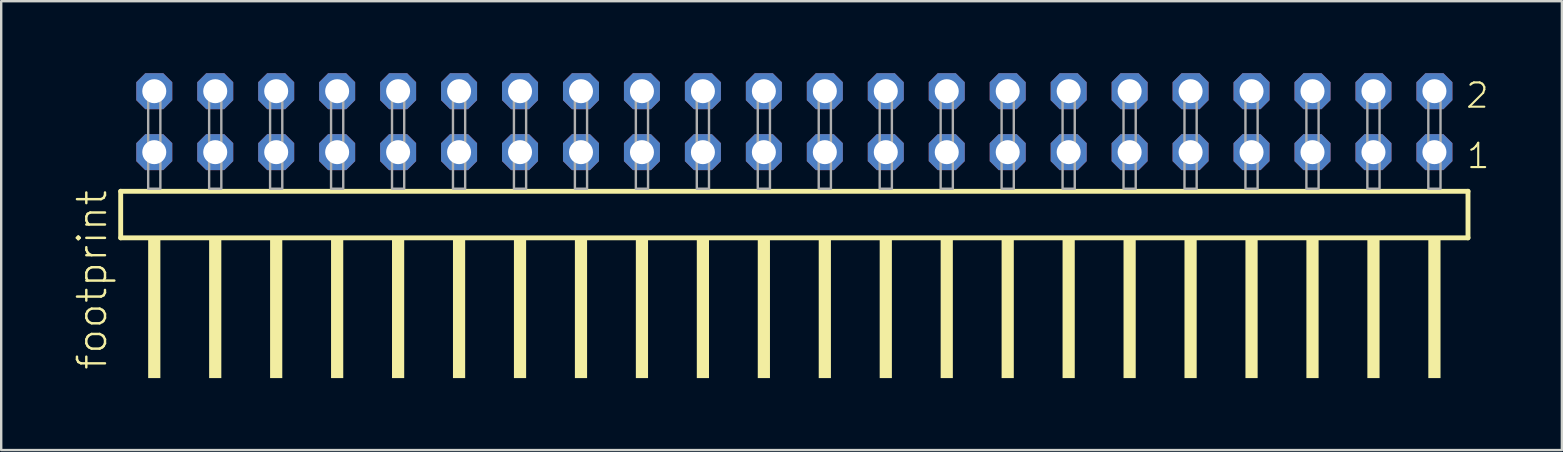
<source format=kicad_pcb>
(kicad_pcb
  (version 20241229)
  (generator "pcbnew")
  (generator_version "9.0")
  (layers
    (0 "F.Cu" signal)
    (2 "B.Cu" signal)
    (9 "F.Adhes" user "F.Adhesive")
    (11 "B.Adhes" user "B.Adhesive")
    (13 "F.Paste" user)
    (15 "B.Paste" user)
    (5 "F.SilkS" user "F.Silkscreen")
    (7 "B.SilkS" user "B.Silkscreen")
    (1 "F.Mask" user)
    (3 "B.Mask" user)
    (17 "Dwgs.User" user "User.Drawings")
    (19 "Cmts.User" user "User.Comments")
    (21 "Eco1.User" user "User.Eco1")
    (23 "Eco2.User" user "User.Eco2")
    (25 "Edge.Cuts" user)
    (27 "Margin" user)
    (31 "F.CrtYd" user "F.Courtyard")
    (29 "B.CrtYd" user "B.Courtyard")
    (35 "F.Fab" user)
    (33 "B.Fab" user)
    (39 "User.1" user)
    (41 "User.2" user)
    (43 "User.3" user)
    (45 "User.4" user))
  (footprint "footprint"
    (layer "F.Cu")
    (at 30.048 4.814)
    (property "Reference" "footprint" (at -28.575 7.62 90) (layer "F.SilkS") (effects (font (size 1.168 1.168) (thickness 0.102)) (justify left bottom)))
    (fp_line (start -28.069 0.106) (end -28.069 2.046) (stroke (width 0.203) (type solid)) (layer "F.SilkS"))
    (fp_line (start -28.069 2.046) (end 28.069 2.046) (stroke (width 0.203) (type solid)) (layer "F.SilkS"))
    (fp_line (start 28.069 0.106) (end -28.069 0.106) (stroke (width 0.203) (type solid)) (layer "F.SilkS"))
    (fp_line (start 28.069 2.046) (end 28.069 0.106) (stroke (width 0.203) (type solid)) (layer "F.SilkS"))
    (fp_poly (pts (xy -26.924 7.89) (xy -26.416 7.89) (xy -26.416 2.04) (xy -26.924 2.04)) (stroke (width 0) (type solid)) (fill yes) (layer "F.SilkS"))
    (fp_poly (pts (xy -24.384 7.89) (xy -23.876 7.89) (xy -23.876 2.04) (xy -24.384 2.04)) (stroke (width 0) (type solid)) (fill yes) (layer "F.SilkS"))
    (fp_poly (pts (xy -21.844 7.89) (xy -21.336 7.89) (xy -21.336 2.04) (xy -21.844 2.04)) (stroke (width 0) (type solid)) (fill yes) (layer "F.SilkS"))
    (fp_poly (pts (xy -19.304 7.89) (xy -18.796 7.89) (xy -18.796 2.04) (xy -19.304 2.04)) (stroke (width 0) (type solid)) (fill yes) (layer "F.SilkS"))
    (fp_poly (pts (xy -16.764 7.89) (xy -16.256 7.89) (xy -16.256 2.04) (xy -16.764 2.04)) (stroke (width 0) (type solid)) (fill yes) (layer "F.SilkS"))
    (fp_poly (pts (xy -14.224 7.89) (xy -13.716 7.89) (xy -13.716 2.04) (xy -14.224 2.04)) (stroke (width 0) (type solid)) (fill yes) (layer "F.SilkS"))
    (fp_poly (pts (xy -11.684 7.89) (xy -11.176 7.89) (xy -11.176 2.04) (xy -11.684 2.04)) (stroke (width 0) (type solid)) (fill yes) (layer "F.SilkS"))
    (fp_poly (pts (xy -9.144 7.89) (xy -8.636 7.89) (xy -8.636 2.04) (xy -9.144 2.04)) (stroke (width 0) (type solid)) (fill yes) (layer "F.SilkS"))
    (fp_poly (pts (xy -6.604 7.89) (xy -6.096 7.89) (xy -6.096 2.04) (xy -6.604 2.04)) (stroke (width 0) (type solid)) (fill yes) (layer "F.SilkS"))
    (fp_poly (pts (xy -4.064 7.89) (xy -3.556 7.89) (xy -3.556 2.04) (xy -4.064 2.04)) (stroke (width 0) (type solid)) (fill yes) (layer "F.SilkS"))
    (fp_poly (pts (xy -1.524 7.89) (xy -1.016 7.89) (xy -1.016 2.04) (xy -1.524 2.04)) (stroke (width 0) (type solid)) (fill yes) (layer "F.SilkS"))
    (fp_poly (pts (xy 1.016 7.89) (xy 1.524 7.89) (xy 1.524 2.04) (xy 1.016 2.04)) (stroke (width 0) (type solid)) (fill yes) (layer "F.SilkS"))
    (fp_poly (pts (xy 3.556 7.89) (xy 4.064 7.89) (xy 4.064 2.04) (xy 3.556 2.04)) (stroke (width 0) (type solid)) (fill yes) (layer "F.SilkS"))
    (fp_poly (pts (xy 6.096 7.89) (xy 6.604 7.89) (xy 6.604 2.04) (xy 6.096 2.04)) (stroke (width 0) (type solid)) (fill yes) (layer "F.SilkS"))
    (fp_poly (pts (xy 8.636 7.89) (xy 9.144 7.89) (xy 9.144 2.04) (xy 8.636 2.04)) (stroke (width 0) (type solid)) (fill yes) (layer "F.SilkS"))
    (fp_poly (pts (xy 11.176 7.89) (xy 11.684 7.89) (xy 11.684 2.04) (xy 11.176 2.04)) (stroke (width 0) (type solid)) (fill yes) (layer "F.SilkS"))
    (fp_poly (pts (xy 13.716 7.89) (xy 14.224 7.89) (xy 14.224 2.04) (xy 13.716 2.04)) (stroke (width 0) (type solid)) (fill yes) (layer "F.SilkS"))
    (fp_poly (pts (xy 16.256 7.89) (xy 16.764 7.89) (xy 16.764 2.04) (xy 16.256 2.04)) (stroke (width 0) (type solid)) (fill yes) (layer "F.SilkS"))
    (fp_poly (pts (xy 18.796 7.89) (xy 19.304 7.89) (xy 19.304 2.04) (xy 18.796 2.04)) (stroke (width 0) (type solid)) (fill yes) (layer "F.SilkS"))
    (fp_poly (pts (xy 21.336 7.89) (xy 21.844 7.89) (xy 21.844 2.04) (xy 21.336 2.04)) (stroke (width 0) (type solid)) (fill yes) (layer "F.SilkS"))
    (fp_poly (pts (xy 23.876 7.89) (xy 24.384 7.89) (xy 24.384 2.04) (xy 23.876 2.04)) (stroke (width 0) (type solid)) (fill yes) (layer "F.SilkS"))
    (fp_poly (pts (xy 26.416 7.89) (xy 26.924 7.89) (xy 26.924 2.04) (xy 26.416 2.04)) (stroke (width 0) (type solid)) (fill yes) (layer "F.SilkS"))
    (fp_poly (pts (xy -26.924 0) (xy -26.416 0) (xy -26.416 -4.318) (xy -26.924 -4.318)) (stroke (width 0.1) (type solid)) (fill no) (layer "F.Fab"))
    (fp_poly (pts (xy -24.384 0) (xy -23.876 0) (xy -23.876 -4.318) (xy -24.384 -4.318)) (stroke (width 0.1) (type solid)) (fill no) (layer "F.Fab"))
    (fp_poly (pts (xy -21.844 0) (xy -21.336 0) (xy -21.336 -4.318) (xy -21.844 -4.318)) (stroke (width 0.1) (type solid)) (fill no) (layer "F.Fab"))
    (fp_poly (pts (xy -19.304 0) (xy -18.796 0) (xy -18.796 -4.318) (xy -19.304 -4.318)) (stroke (width 0.1) (type solid)) (fill no) (layer "F.Fab"))
    (fp_poly (pts (xy -16.764 0) (xy -16.256 0) (xy -16.256 -4.318) (xy -16.764 -4.318)) (stroke (width 0.1) (type solid)) (fill no) (layer "F.Fab"))
    (fp_poly (pts (xy -14.224 0) (xy -13.716 0) (xy -13.716 -4.318) (xy -14.224 -4.318)) (stroke (width 0.1) (type solid)) (fill no) (layer "F.Fab"))
    (fp_poly (pts (xy -11.684 0) (xy -11.176 0) (xy -11.176 -4.318) (xy -11.684 -4.318)) (stroke (width 0.1) (type solid)) (fill no) (layer "F.Fab"))
    (fp_poly (pts (xy -9.144 0) (xy -8.636 0) (xy -8.636 -4.318) (xy -9.144 -4.318)) (stroke (width 0.1) (type solid)) (fill no) (layer "F.Fab"))
    (fp_poly (pts (xy -6.604 0) (xy -6.096 0) (xy -6.096 -4.318) (xy -6.604 -4.318)) (stroke (width 0.1) (type solid)) (fill no) (layer "F.Fab"))
    (fp_poly (pts (xy -4.064 0) (xy -3.556 0) (xy -3.556 -4.318) (xy -4.064 -4.318)) (stroke (width 0.1) (type solid)) (fill no) (layer "F.Fab"))
    (fp_poly (pts (xy -1.524 0) (xy -1.016 0) (xy -1.016 -4.318) (xy -1.524 -4.318)) (stroke (width 0.1) (type solid)) (fill no) (layer "F.Fab"))
    (fp_poly (pts (xy 1.016 0) (xy 1.524 0) (xy 1.524 -4.318) (xy 1.016 -4.318)) (stroke (width 0.1) (type solid)) (fill no) (layer "F.Fab"))
    (fp_poly (pts (xy 3.556 0) (xy 4.064 0) (xy 4.064 -4.318) (xy 3.556 -4.318)) (stroke (width 0.1) (type solid)) (fill no) (layer "F.Fab"))
    (fp_poly (pts (xy 6.096 0) (xy 6.604 0) (xy 6.604 -4.318) (xy 6.096 -4.318)) (stroke (width 0.1) (type solid)) (fill no) (layer "F.Fab"))
    (fp_poly (pts (xy 8.636 0) (xy 9.144 0) (xy 9.144 -4.318) (xy 8.636 -4.318)) (stroke (width 0.1) (type solid)) (fill no) (layer "F.Fab"))
    (fp_poly (pts (xy 11.176 0) (xy 11.684 0) (xy 11.684 -4.318) (xy 11.176 -4.318)) (stroke (width 0.1) (type solid)) (fill no) (layer "F.Fab"))
    (fp_poly (pts (xy 13.716 0) (xy 14.224 0) (xy 14.224 -4.318) (xy 13.716 -4.318)) (stroke (width 0.1) (type solid)) (fill no) (layer "F.Fab"))
    (fp_poly (pts (xy 16.256 0) (xy 16.764 0) (xy 16.764 -4.318) (xy 16.256 -4.318)) (stroke (width 0.1) (type solid)) (fill no) (layer "F.Fab"))
    (fp_poly (pts (xy 18.796 0) (xy 19.304 0) (xy 19.304 -4.318) (xy 18.796 -4.318)) (stroke (width 0.1) (type solid)) (fill no) (layer "F.Fab"))
    (fp_poly (pts (xy 21.336 0) (xy 21.844 0) (xy 21.844 -4.318) (xy 21.336 -4.318)) (stroke (width 0.1) (type solid)) (fill no) (layer "F.Fab"))
    (fp_poly (pts (xy 23.876 0) (xy 24.384 0) (xy 24.384 -4.318) (xy 23.876 -4.318)) (stroke (width 0.1) (type solid)) (fill no) (layer "F.Fab"))
    (fp_poly (pts (xy 26.416 0) (xy 26.924 0) (xy 26.924 -4.318) (xy 26.416 -4.318)) (stroke (width 0.1) (type solid)) (fill no) (layer "F.Fab"))
    (fp_text user "1" (at 27.955 -0.775 0) (layer "F.SilkS") (effects (font (size 1.012 1.012) (thickness 0.088)) (justify left bottom)))
    (fp_text user "2" (at 27.92 -3.29 0) (layer "F.SilkS") (effects (font (size 1.012 1.012) (thickness 0.088)) (justify left bottom)))
    (pad "1" thru_hole roundrect (at 26.67 -1.524 180) (size 1.5 1.5) (drill 1) (layers "*.Cu" "*.Mask") (roundrect_rratio 0.25) (chamfer_ratio 0.25) (chamfer top_left top_right bottom_left bottom_right))
    (pad "2" thru_hole roundrect (at 26.67 -4.064 180) (size 1.5 1.5) (drill 1) (layers "*.Cu" "*.Mask") (roundrect_rratio 0.25) (chamfer_ratio 0.25) (chamfer top_left top_right bottom_left bottom_right))
    (pad "3" thru_hole roundrect (at 24.13 -1.524 180) (size 1.5 1.5) (drill 1) (layers "*.Cu" "*.Mask") (roundrect_rratio 0.25) (chamfer_ratio 0.25) (chamfer top_left top_right bottom_left bottom_right))
    (pad "4" thru_hole roundrect (at 24.13 -4.064 180) (size 1.5 1.5) (drill 1) (layers "*.Cu" "*.Mask") (roundrect_rratio 0.25) (chamfer_ratio 0.25) (chamfer top_left top_right bottom_left bottom_right))
    (pad "5" thru_hole roundrect (at 21.59 -1.524 180) (size 1.5 1.5) (drill 1) (layers "*.Cu" "*.Mask") (roundrect_rratio 0.25) (chamfer_ratio 0.25) (chamfer top_left top_right bottom_left bottom_right))
    (pad "6" thru_hole roundrect (at 21.59 -4.064 180) (size 1.5 1.5) (drill 1) (layers "*.Cu" "*.Mask") (roundrect_rratio 0.25) (chamfer_ratio 0.25) (chamfer top_left top_right bottom_left bottom_right))
    (pad "7" thru_hole roundrect (at 19.05 -1.524 180) (size 1.5 1.5) (drill 1) (layers "*.Cu" "*.Mask") (roundrect_rratio 0.25) (chamfer_ratio 0.25) (chamfer top_left top_right bottom_left bottom_right))
    (pad "8" thru_hole roundrect (at 19.05 -4.064 180) (size 1.5 1.5) (drill 1) (layers "*.Cu" "*.Mask") (roundrect_rratio 0.25) (chamfer_ratio 0.25) (chamfer top_left top_right bottom_left bottom_right))
    (pad "9" thru_hole roundrect (at 16.51 -1.524 180) (size 1.5 1.5) (drill 1) (layers "*.Cu" "*.Mask") (roundrect_rratio 0.25) (chamfer_ratio 0.25) (chamfer top_left top_right bottom_left bottom_right))
    (pad "10" thru_hole roundrect (at 16.51 -4.064 180) (size 1.5 1.5) (drill 1) (layers "*.Cu" "*.Mask") (roundrect_rratio 0.25) (chamfer_ratio 0.25) (chamfer top_left top_right bottom_left bottom_right))
    (pad "11" thru_hole roundrect (at 13.97 -1.524 180) (size 1.5 1.5) (drill 1) (layers "*.Cu" "*.Mask") (roundrect_rratio 0.25) (chamfer_ratio 0.25) (chamfer top_left top_right bottom_left bottom_right))
    (pad "12" thru_hole roundrect (at 13.97 -4.064 180) (size 1.5 1.5) (drill 1) (layers "*.Cu" "*.Mask") (roundrect_rratio 0.25) (chamfer_ratio 0.25) (chamfer top_left top_right bottom_left bottom_right))
    (pad "13" thru_hole roundrect (at 11.43 -1.524 180) (size 1.5 1.5) (drill 1) (layers "*.Cu" "*.Mask") (roundrect_rratio 0.25) (chamfer_ratio 0.25) (chamfer top_left top_right bottom_left bottom_right))
    (pad "14" thru_hole roundrect (at 11.43 -4.064 180) (size 1.5 1.5) (drill 1) (layers "*.Cu" "*.Mask") (roundrect_rratio 0.25) (chamfer_ratio 0.25) (chamfer top_left top_right bottom_left bottom_right))
    (pad "15" thru_hole roundrect (at 8.89 -1.524 180) (size 1.5 1.5) (drill 1) (layers "*.Cu" "*.Mask") (roundrect_rratio 0.25) (chamfer_ratio 0.25) (chamfer top_left top_right bottom_left bottom_right))
    (pad "16" thru_hole roundrect (at 8.89 -4.064 180) (size 1.5 1.5) (drill 1) (layers "*.Cu" "*.Mask") (roundrect_rratio 0.25) (chamfer_ratio 0.25) (chamfer top_left top_right bottom_left bottom_right))
    (pad "17" thru_hole roundrect (at 6.35 -1.524 180) (size 1.5 1.5) (drill 1) (layers "*.Cu" "*.Mask") (roundrect_rratio 0.25) (chamfer_ratio 0.25) (chamfer top_left top_right bottom_left bottom_right))
    (pad "18" thru_hole roundrect (at 6.35 -4.064 180) (size 1.5 1.5) (drill 1) (layers "*.Cu" "*.Mask") (roundrect_rratio 0.25) (chamfer_ratio 0.25) (chamfer top_left top_right bottom_left bottom_right))
    (pad "19" thru_hole roundrect (at 3.81 -1.524 180) (size 1.5 1.5) (drill 1) (layers "*.Cu" "*.Mask") (roundrect_rratio 0.25) (chamfer_ratio 0.25) (chamfer top_left top_right bottom_left bottom_right))
    (pad "20" thru_hole roundrect (at 3.81 -4.064 180) (size 1.5 1.5) (drill 1) (layers "*.Cu" "*.Mask") (roundrect_rratio 0.25) (chamfer_ratio 0.25) (chamfer top_left top_right bottom_left bottom_right))
    (pad "21" thru_hole roundrect (at 1.27 -1.524 180) (size 1.5 1.5) (drill 1) (layers "*.Cu" "*.Mask") (roundrect_rratio 0.25) (chamfer_ratio 0.25) (chamfer top_left top_right bottom_left bottom_right))
    (pad "22" thru_hole roundrect (at 1.27 -4.064 180) (size 1.5 1.5) (drill 1) (layers "*.Cu" "*.Mask") (roundrect_rratio 0.25) (chamfer_ratio 0.25) (chamfer top_left top_right bottom_left bottom_right))
    (pad "23" thru_hole roundrect (at -1.27 -1.524 180) (size 1.5 1.5) (drill 1) (layers "*.Cu" "*.Mask") (roundrect_rratio 0.25) (chamfer_ratio 0.25) (chamfer top_left top_right bottom_left bottom_right))
    (pad "24" thru_hole roundrect (at -1.27 -4.064 180) (size 1.5 1.5) (drill 1) (layers "*.Cu" "*.Mask") (roundrect_rratio 0.25) (chamfer_ratio 0.25) (chamfer top_left top_right bottom_left bottom_right))
    (pad "25" thru_hole roundrect (at -3.81 -1.524 180) (size 1.5 1.5) (drill 1) (layers "*.Cu" "*.Mask") (roundrect_rratio 0.25) (chamfer_ratio 0.25) (chamfer top_left top_right bottom_left bottom_right))
    (pad "26" thru_hole roundrect (at -3.81 -4.064 180) (size 1.5 1.5) (drill 1) (layers "*.Cu" "*.Mask") (roundrect_rratio 0.25) (chamfer_ratio 0.25) (chamfer top_left top_right bottom_left bottom_right))
    (pad "27" thru_hole roundrect (at -6.35 -1.524 180) (size 1.5 1.5) (drill 1) (layers "*.Cu" "*.Mask") (roundrect_rratio 0.25) (chamfer_ratio 0.25) (chamfer top_left top_right bottom_left bottom_right))
    (pad "28" thru_hole roundrect (at -6.35 -4.064 180) (size 1.5 1.5) (drill 1) (layers "*.Cu" "*.Mask") (roundrect_rratio 0.25) (chamfer_ratio 0.25) (chamfer top_left top_right bottom_left bottom_right))
    (pad "29" thru_hole roundrect (at -8.89 -1.524 180) (size 1.5 1.5) (drill 1) (layers "*.Cu" "*.Mask") (roundrect_rratio 0.25) (chamfer_ratio 0.25) (chamfer top_left top_right bottom_left bottom_right))
    (pad "30" thru_hole roundrect (at -8.89 -4.064 180) (size 1.5 1.5) (drill 1) (layers "*.Cu" "*.Mask") (roundrect_rratio 0.25) (chamfer_ratio 0.25) (chamfer top_left top_right bottom_left bottom_right))
    (pad "31" thru_hole roundrect (at -11.43 -1.524 180) (size 1.5 1.5) (drill 1) (layers "*.Cu" "*.Mask") (roundrect_rratio 0.25) (chamfer_ratio 0.25) (chamfer top_left top_right bottom_left bottom_right))
    (pad "32" thru_hole roundrect (at -11.43 -4.064 180) (size 1.5 1.5) (drill 1) (layers "*.Cu" "*.Mask") (roundrect_rratio 0.25) (chamfer_ratio 0.25) (chamfer top_left top_right bottom_left bottom_right))
    (pad "33" thru_hole roundrect (at -13.97 -1.524 180) (size 1.5 1.5) (drill 1) (layers "*.Cu" "*.Mask") (roundrect_rratio 0.25) (chamfer_ratio 0.25) (chamfer top_left top_right bottom_left bottom_right))
    (pad "34" thru_hole roundrect (at -13.97 -4.064 180) (size 1.5 1.5) (drill 1) (layers "*.Cu" "*.Mask") (roundrect_rratio 0.25) (chamfer_ratio 0.25) (chamfer top_left top_right bottom_left bottom_right))
    (pad "35" thru_hole roundrect (at -16.51 -1.524 180) (size 1.5 1.5) (drill 1) (layers "*.Cu" "*.Mask") (roundrect_rratio 0.25) (chamfer_ratio 0.25) (chamfer top_left top_right bottom_left bottom_right))
    (pad "36" thru_hole roundrect (at -16.51 -4.064 180) (size 1.5 1.5) (drill 1) (layers "*.Cu" "*.Mask") (roundrect_rratio 0.25) (chamfer_ratio 0.25) (chamfer top_left top_right bottom_left bottom_right))
    (pad "37" thru_hole roundrect (at -19.05 -1.524 180) (size 1.5 1.5) (drill 1) (layers "*.Cu" "*.Mask") (roundrect_rratio 0.25) (chamfer_ratio 0.25) (chamfer top_left top_right bottom_left bottom_right))
    (pad "38" thru_hole roundrect (at -19.05 -4.064 180) (size 1.5 1.5) (drill 1) (layers "*.Cu" "*.Mask") (roundrect_rratio 0.25) (chamfer_ratio 0.25) (chamfer top_left top_right bottom_left bottom_right))
    (pad "39" thru_hole roundrect (at -21.59 -1.524 180) (size 1.5 1.5) (drill 1) (layers "*.Cu" "*.Mask") (roundrect_rratio 0.25) (chamfer_ratio 0.25) (chamfer top_left top_right bottom_left bottom_right))
    (pad "40" thru_hole roundrect (at -21.59 -4.064 180) (size 1.5 1.5) (drill 1) (layers "*.Cu" "*.Mask") (roundrect_rratio 0.25) (chamfer_ratio 0.25) (chamfer top_left top_right bottom_left bottom_right))
    (pad "41" thru_hole roundrect (at -24.13 -1.524 180) (size 1.5 1.5) (drill 1) (layers "*.Cu" "*.Mask") (roundrect_rratio 0.25) (chamfer_ratio 0.25) (chamfer top_left top_right bottom_left bottom_right))
    (pad "42" thru_hole roundrect (at -24.13 -4.064 180) (size 1.5 1.5) (drill 1) (layers "*.Cu" "*.Mask") (roundrect_rratio 0.25) (chamfer_ratio 0.25) (chamfer top_left top_right bottom_left bottom_right))
    (pad "43" thru_hole roundrect (at -26.67 -1.524 180) (size 1.5 1.5) (drill 1) (layers "*.Cu" "*.Mask") (roundrect_rratio 0.25) (chamfer_ratio 0.25) (chamfer top_left top_right bottom_left bottom_right))
    (pad "44" thru_hole roundrect (at -26.67 -4.064 180) (size 1.5 1.5) (drill 1) (layers "*.Cu" "*.Mask") (roundrect_rratio 0.25) (chamfer_ratio 0.25) (chamfer top_left top_right bottom_left bottom_right)))
  (gr_rect
    (start -3 -3)
    (end 62.029 15.704)
    (stroke (width 0.1) (type default))
    (fill no)
    (layer "Edge.Cuts")))
</source>
